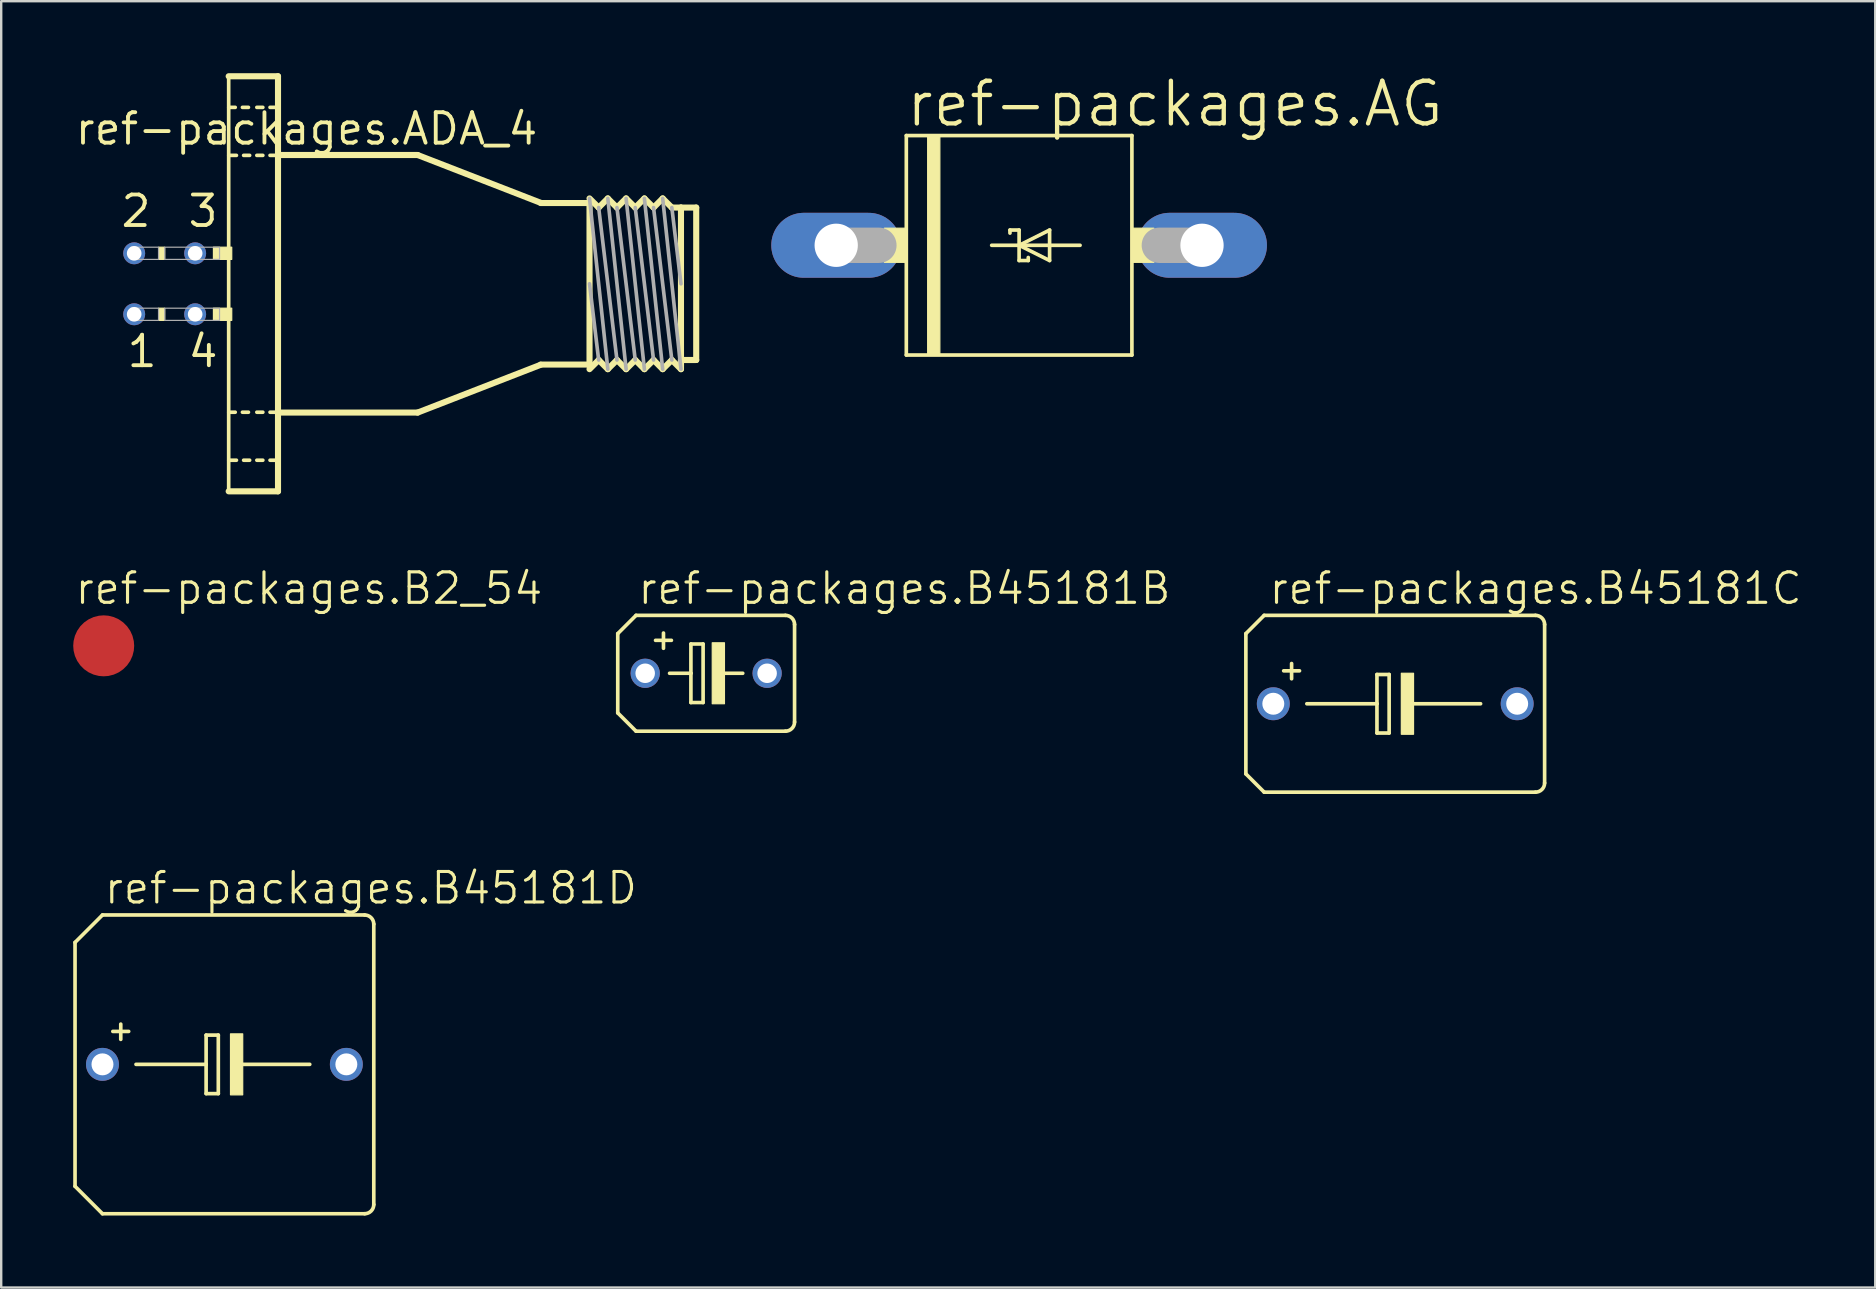
<source format=kicad_pcb>
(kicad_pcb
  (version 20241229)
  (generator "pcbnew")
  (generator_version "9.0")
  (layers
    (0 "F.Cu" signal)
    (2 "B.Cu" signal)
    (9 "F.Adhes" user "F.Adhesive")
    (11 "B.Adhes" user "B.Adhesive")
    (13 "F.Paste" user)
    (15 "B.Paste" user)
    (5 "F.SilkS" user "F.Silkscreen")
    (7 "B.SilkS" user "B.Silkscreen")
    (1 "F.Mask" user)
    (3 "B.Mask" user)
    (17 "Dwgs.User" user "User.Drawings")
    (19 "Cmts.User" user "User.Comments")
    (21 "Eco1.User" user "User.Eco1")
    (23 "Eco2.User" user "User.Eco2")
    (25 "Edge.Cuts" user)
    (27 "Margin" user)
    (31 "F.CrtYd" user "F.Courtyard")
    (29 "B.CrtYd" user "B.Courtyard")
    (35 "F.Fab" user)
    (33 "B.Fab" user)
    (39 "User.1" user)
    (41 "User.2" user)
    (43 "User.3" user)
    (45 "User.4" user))
  (footprint "ref-packages.B45181B"
    (layer "F.Cu")
    (at 26.369 24.999)
    (property "Reference" "ref-packages.B45181B" (at -2.921 -2.794 0) (layer "F.SilkS") (effects (font (size 1.27 1.27) (thickness 0.13)) (justify left bottom)))
    (attr through_hole)
    (fp_line (start -3.683 -1.651) (end -3.683 1.651) (stroke (width 0.152) (type default)) (layer "F.SilkS"))
    (fp_line (start -3.683 -1.651) (end -2.921 -2.413) (stroke (width 0.152) (type default)) (layer "F.SilkS"))
    (fp_line (start -2.921 2.413) (end -3.683 1.651) (stroke (width 0.152) (type default)) (layer "F.SilkS"))
    (fp_line (start -2.921 2.413) (end 3.302 2.413) (stroke (width 0.152) (type default)) (layer "F.SilkS"))
    (fp_line (start -1.778 -1.676) (end -1.778 -1.041) (stroke (width 0.152) (type default)) (layer "F.SilkS"))
    (fp_line (start -1.524 0) (end -0.635 0) (stroke (width 0.152) (type default)) (layer "F.SilkS"))
    (fp_line (start -1.448 -1.372) (end -2.108 -1.372) (stroke (width 0.152) (type default)) (layer "F.SilkS"))
    (fp_line (start -0.635 -1.219) (end -0.635 0) (stroke (width 0.152) (type default)) (layer "F.SilkS"))
    (fp_line (start -0.635 0) (end -0.635 1.219) (stroke (width 0.152) (type default)) (layer "F.SilkS"))
    (fp_line (start -0.635 1.219) (end -0.127 1.219) (stroke (width 0.152) (type default)) (layer "F.SilkS"))
    (fp_line (start -0.127 -1.219) (end -0.635 -1.219) (stroke (width 0.152) (type default)) (layer "F.SilkS"))
    (fp_line (start -0.127 1.219) (end -0.127 -1.219) (stroke (width 0.152) (type default)) (layer "F.SilkS"))
    (fp_line (start 0.635 0) (end 1.524 0) (stroke (width 0.152) (type default)) (layer "F.SilkS"))
    (fp_line (start 3.302 -2.413) (end -2.921 -2.413) (stroke (width 0.152) (type default)) (layer "F.SilkS"))
    (fp_line (start 3.683 -2.032) (end 3.683 2.032) (stroke (width 0.152) (type default)) (layer "F.SilkS"))
    (fp_rect (start 0.254 1.27) (end 0.762 -1.27) (stroke (width 0.05) (type default)) (fill yes) (layer "F.SilkS"))
    (fp_arc (start 3.302 -2.413) (mid 3.571408 -2.301408) (end 3.683 -2.032) (stroke (width 0.1524) (type default)) (layer "F.SilkS"))
    (fp_arc (start 3.683 2.032) (mid 3.571408 2.301408) (end 3.302 2.413) (stroke (width 0.1524) (type default)) (layer "F.SilkS"))
    (pad "+" thru_hole circle (at -2.54 0) (size 1.219 1.219) (drill 0.813) (layers "*.Cu" "*.Mask"))
    (pad "-" thru_hole circle (at 2.54 0) (size 1.219 1.219) (drill 0.813) (layers "*.Cu" "*.Mask")))
  (footprint "ref-packages.B45181D"
    (layer "F.Cu")
    (at 6.299 41.292)
    (property "Reference" "ref-packages.B45181D" (at -5.08 -6.604 0) (layer "F.SilkS") (effects (font (size 1.27 1.27) (thickness 0.13)) (justify left bottom)))
    (attr through_hole)
    (fp_line (start -6.223 -5.08) (end -6.223 5.08) (stroke (width 0.152) (type default)) (layer "F.SilkS"))
    (fp_line (start -6.223 -5.08) (end -5.08 -6.223) (stroke (width 0.152) (type default)) (layer "F.SilkS"))
    (fp_line (start -5.08 6.223) (end -6.223 5.08) (stroke (width 0.152) (type default)) (layer "F.SilkS"))
    (fp_line (start -5.08 6.223) (end 5.842 6.223) (stroke (width 0.152) (type default)) (layer "F.SilkS"))
    (fp_line (start -4.318 -1.676) (end -4.318 -1.041) (stroke (width 0.152) (type default)) (layer "F.SilkS"))
    (fp_line (start -3.988 -1.372) (end -4.648 -1.372) (stroke (width 0.152) (type default)) (layer "F.SilkS"))
    (fp_line (start -3.683 0) (end -0.762 0) (stroke (width 0.152) (type default)) (layer "F.SilkS"))
    (fp_line (start -0.762 -1.219) (end -0.762 0) (stroke (width 0.152) (type default)) (layer "F.SilkS"))
    (fp_line (start -0.762 0) (end -0.762 1.219) (stroke (width 0.152) (type default)) (layer "F.SilkS"))
    (fp_line (start -0.762 1.219) (end -0.254 1.219) (stroke (width 0.152) (type default)) (layer "F.SilkS"))
    (fp_line (start -0.254 -1.219) (end -0.762 -1.219) (stroke (width 0.152) (type default)) (layer "F.SilkS"))
    (fp_line (start -0.254 1.219) (end -0.254 -1.219) (stroke (width 0.152) (type default)) (layer "F.SilkS"))
    (fp_line (start 0.635 0) (end 3.556 0) (stroke (width 0.152) (type default)) (layer "F.SilkS"))
    (fp_line (start 5.842 -6.223) (end -5.08 -6.223) (stroke (width 0.152) (type default)) (layer "F.SilkS"))
    (fp_line (start 6.223 -5.842) (end 6.223 5.842) (stroke (width 0.152) (type default)) (layer "F.SilkS"))
    (fp_rect (start 0.254 1.27) (end 0.762 -1.27) (stroke (width 0.05) (type default)) (fill yes) (layer "F.SilkS"))
    (fp_arc (start 5.842 -6.223) (mid 6.111408 -6.111408) (end 6.223 -5.842) (stroke (width 0.1524) (type default)) (layer "F.SilkS"))
    (fp_arc (start 6.223 5.842) (mid 6.111408 6.111408) (end 5.842 6.223) (stroke (width 0.1524) (type default)) (layer "F.SilkS"))
    (pad "+" thru_hole circle (at -5.08 0) (size 1.372 1.372) (drill 0.914) (layers "*.Cu" "*.Mask"))
    (pad "-" thru_hole circle (at 5.08 0) (size 1.372 1.372) (drill 0.914) (layers "*.Cu" "*.Mask")))
  (footprint "ref-packages.B45181C"
    (layer "F.Cu")
    (at 55.077 26.269)
    (property "Reference" "ref-packages.B45181C" (at -5.334 -4.064 0) (layer "F.SilkS") (effects (font (size 1.27 1.27) (thickness 0.13)) (justify left bottom)))
    (attr through_hole)
    (fp_line (start -6.223 -2.921) (end -6.223 2.921) (stroke (width 0.152) (type default)) (layer "F.SilkS"))
    (fp_line (start -6.223 -2.921) (end -5.461 -3.683) (stroke (width 0.152) (type default)) (layer "F.SilkS"))
    (fp_line (start -5.461 3.683) (end -6.223 2.921) (stroke (width 0.152) (type default)) (layer "F.SilkS"))
    (fp_line (start -5.461 3.683) (end 5.842 3.683) (stroke (width 0.152) (type default)) (layer "F.SilkS"))
    (fp_line (start -4.318 -1.676) (end -4.318 -1.041) (stroke (width 0.152) (type default)) (layer "F.SilkS"))
    (fp_line (start -3.988 -1.372) (end -4.648 -1.372) (stroke (width 0.152) (type default)) (layer "F.SilkS"))
    (fp_line (start -3.683 0) (end -0.762 0) (stroke (width 0.152) (type default)) (layer "F.SilkS"))
    (fp_line (start -0.762 -1.219) (end -0.762 0) (stroke (width 0.152) (type default)) (layer "F.SilkS"))
    (fp_line (start -0.762 0) (end -0.762 1.219) (stroke (width 0.152) (type default)) (layer "F.SilkS"))
    (fp_line (start -0.762 1.219) (end -0.254 1.219) (stroke (width 0.152) (type default)) (layer "F.SilkS"))
    (fp_line (start -0.254 -1.219) (end -0.762 -1.219) (stroke (width 0.152) (type default)) (layer "F.SilkS"))
    (fp_line (start -0.254 1.219) (end -0.254 -1.219) (stroke (width 0.152) (type default)) (layer "F.SilkS"))
    (fp_line (start 0.635 0) (end 3.556 0) (stroke (width 0.152) (type default)) (layer "F.SilkS"))
    (fp_line (start 5.842 -3.683) (end -5.461 -3.683) (stroke (width 0.152) (type default)) (layer "F.SilkS"))
    (fp_line (start 6.223 -3.302) (end 6.223 3.302) (stroke (width 0.152) (type default)) (layer "F.SilkS"))
    (fp_rect (start 0.254 1.27) (end 0.762 -1.27) (stroke (width 0.05) (type default)) (fill yes) (layer "F.SilkS"))
    (fp_arc (start 5.842 -3.683) (mid 6.111408 -3.571408) (end 6.223 -3.302) (stroke (width 0.1524) (type default)) (layer "F.SilkS"))
    (fp_arc (start 6.223 3.302) (mid 6.111408 3.571408) (end 5.842 3.683) (stroke (width 0.1524) (type default)) (layer "F.SilkS"))
    (pad "+" thru_hole circle (at -5.08 0) (size 1.372 1.372) (drill 0.914) (layers "*.Cu" "*.Mask"))
    (pad "-" thru_hole circle (at 5.08 0) (size 1.372 1.372) (drill 0.914) (layers "*.Cu" "*.Mask")))
  (footprint "ref-packages.ADA_4"
    (layer "F.Cu")
    (at 6.35 8.773)
    (property "Reference" "ref-packages.ADA_4" (at -6.35 -5.715 0) (layer "F.SilkS") (effects (font (size 1.27 1.27) (thickness 0.16)) (justify left bottom)))
    (attr through_hole)
    (fp_line (start 0.127 -8.646) (end 2.182 -8.646) (stroke (width 0.254) (type default)) (layer "F.SilkS"))
    (fp_line (start 0.127 8.646) (end 0.127 -8.646) (stroke (width 0.152) (type default)) (layer "F.SilkS"))
    (fp_line (start 0.13 -7.35) (end 0.4 -7.35) (stroke (width 0.152) (type default)) (layer "F.SilkS"))
    (fp_line (start 0.13 -5.35) (end 0.45 -5.35) (stroke (width 0.152) (type default)) (layer "F.SilkS"))
    (fp_line (start 0.13 5.35) (end 0.4 5.35) (stroke (width 0.152) (type default)) (layer "F.SilkS"))
    (fp_line (start 0.13 7.35) (end 0.45 7.35) (stroke (width 0.152) (type default)) (layer "F.SilkS"))
    (fp_line (start 0.7 -7.35) (end 0.95 -7.35) (stroke (width 0.152) (type default)) (layer "F.SilkS"))
    (fp_line (start 0.7 5.35) (end 0.95 5.35) (stroke (width 0.152) (type default)) (layer "F.SilkS"))
    (fp_line (start 0.75 -5.35) (end 1 -5.35) (stroke (width 0.152) (type default)) (layer "F.SilkS"))
    (fp_line (start 0.75 7.35) (end 1 7.35) (stroke (width 0.152) (type default)) (layer "F.SilkS"))
    (fp_line (start 1.3 -7.35) (end 1.55 -7.35) (stroke (width 0.152) (type default)) (layer "F.SilkS"))
    (fp_line (start 1.3 -5.35) (end 1.55 -5.35) (stroke (width 0.152) (type default)) (layer "F.SilkS"))
    (fp_line (start 1.3 5.35) (end 1.55 5.35) (stroke (width 0.152) (type default)) (layer "F.SilkS"))
    (fp_line (start 1.3 7.35) (end 1.55 7.35) (stroke (width 0.152) (type default)) (layer "F.SilkS"))
    (fp_line (start 1.85 -7.35) (end 2.11 -7.35) (stroke (width 0.152) (type default)) (layer "F.SilkS"))
    (fp_line (start 1.85 -5.35) (end 2.11 -5.35) (stroke (width 0.152) (type default)) (layer "F.SilkS"))
    (fp_line (start 1.85 5.35) (end 2.11 5.35) (stroke (width 0.152) (type default)) (layer "F.SilkS"))
    (fp_line (start 1.85 7.35) (end 2.11 7.35) (stroke (width 0.152) (type default)) (layer "F.SilkS"))
    (fp_line (start 2.182 -8.646) (end 2.182 8.646) (stroke (width 0.254) (type default)) (layer "F.SilkS"))
    (fp_line (start 2.182 8.646) (end 0.127 8.646) (stroke (width 0.254) (type default)) (layer "F.SilkS"))
    (fp_line (start 2.229 -5.365) (end 8 -5.365) (stroke (width 0.254) (type default)) (layer "F.SilkS"))
    (fp_line (start 2.329 5.365) (end 8 5.365) (stroke (width 0.254) (type default)) (layer "F.SilkS"))
    (fp_line (start 8 -5.365) (end 13.127 -3.373) (stroke (width 0.254) (type default)) (layer "F.SilkS"))
    (fp_line (start 8 5.365) (end 13.127 3.373) (stroke (width 0.254) (type default)) (layer "F.SilkS"))
    (fp_line (start 13.127 -3.365) (end 15.16 -3.365) (stroke (width 0.254) (type default)) (layer "F.SilkS"))
    (fp_line (start 15.16 -3.556) (end 15.541 -3.175) (stroke (width 0.254) (type default)) (layer "F.SilkS"))
    (fp_line (start 15.16 -3.365) (end 15.16 -3.429) (stroke (width 0.254) (type default)) (layer "F.SilkS"))
    (fp_line (start 15.16 3.365) (end 13.127 3.365) (stroke (width 0.254) (type default)) (layer "F.SilkS"))
    (fp_line (start 15.16 3.365) (end 15.16 -3.365) (stroke (width 0.254) (type default)) (layer "F.SilkS"))
    (fp_line (start 15.16 3.429) (end 15.16 3.365) (stroke (width 0.254) (type default)) (layer "F.SilkS"))
    (fp_line (start 15.541 -3.175) (end 15.922 -3.556) (stroke (width 0.254) (type default)) (layer "F.SilkS"))
    (fp_line (start 15.541 3.175) (end 15.16 3.556) (stroke (width 0.254) (type default)) (layer "F.SilkS"))
    (fp_line (start 15.922 -3.556) (end 16.303 -3.175) (stroke (width 0.254) (type default)) (layer "F.SilkS"))
    (fp_line (start 15.922 3.556) (end 15.541 3.175) (stroke (width 0.254) (type default)) (layer "F.SilkS"))
    (fp_line (start 15.922 3.556) (end 16.303 3.175) (stroke (width 0.254) (type default)) (layer "F.SilkS"))
    (fp_line (start 16.303 -3.175) (end 16.684 -3.556) (stroke (width 0.254) (type default)) (layer "F.SilkS"))
    (fp_line (start 16.303 3.175) (end 16.684 3.556) (stroke (width 0.254) (type default)) (layer "F.SilkS"))
    (fp_line (start 16.684 -3.556) (end 17.065 -3.175) (stroke (width 0.254) (type default)) (layer "F.SilkS"))
    (fp_line (start 17.065 -3.175) (end 17.446 -3.556) (stroke (width 0.254) (type default)) (layer "F.SilkS"))
    (fp_line (start 17.065 3.175) (end 16.684 3.556) (stroke (width 0.254) (type default)) (layer "F.SilkS"))
    (fp_line (start 17.446 -3.556) (end 17.827 -3.175) (stroke (width 0.254) (type default)) (layer "F.SilkS"))
    (fp_line (start 17.446 3.556) (end 17.065 3.175) (stroke (width 0.254) (type default)) (layer "F.SilkS"))
    (fp_line (start 17.827 -3.175) (end 18.208 -3.556) (stroke (width 0.254) (type default)) (layer "F.SilkS"))
    (fp_line (start 17.827 3.175) (end 17.446 3.556) (stroke (width 0.254) (type default)) (layer "F.SilkS"))
    (fp_line (start 18.208 -3.556) (end 18.589 -3.175) (stroke (width 0.254) (type default)) (layer "F.SilkS"))
    (fp_line (start 18.208 3.556) (end 17.827 3.175) (stroke (width 0.254) (type default)) (layer "F.SilkS"))
    (fp_line (start 18.589 -3.175) (end 18.97 -3.175) (stroke (width 0.254) (type default)) (layer "F.SilkS"))
    (fp_line (start 18.589 3.175) (end 18.208 3.556) (stroke (width 0.254) (type default)) (layer "F.SilkS"))
    (fp_line (start 18.97 -3.175) (end 19.605 -3.175) (stroke (width 0.254) (type default)) (layer "F.SilkS"))
    (fp_line (start 18.97 3.175) (end 18.97 -3.175) (stroke (width 0.254) (type default)) (layer "F.SilkS"))
    (fp_line (start 18.97 3.175) (end 18.97 3.556) (stroke (width 0.254) (type default)) (layer "F.SilkS"))
    (fp_line (start 18.97 3.429) (end 18.97 3.175) (stroke (width 0.254) (type default)) (layer "F.SilkS"))
    (fp_line (start 18.97 3.556) (end 18.589 3.175) (stroke (width 0.254) (type default)) (layer "F.SilkS"))
    (fp_line (start 19.605 -3.175) (end 19.605 3.175) (stroke (width 0.254) (type default)) (layer "F.SilkS"))
    (fp_line (start 19.605 3.175) (end 18.97 3.175) (stroke (width 0.254) (type default)) (layer "F.SilkS"))
    (fp_rect (start -2.794 -1.016) (end -2.54 -1.524) (stroke (width 0.05) (type default)) (fill yes) (layer "F.SilkS"))
    (fp_rect (start -2.794 1.524) (end -2.54 1.016) (stroke (width 0.05) (type default)) (fill yes) (layer "F.SilkS"))
    (fp_rect (start -0.508 -1.016) (end 0.254 -1.524) (stroke (width 0.05) (type default)) (fill yes) (layer "F.SilkS"))
    (fp_rect (start -0.508 1.524) (end 0.254 1.016) (stroke (width 0.05) (type default)) (fill yes) (layer "F.SilkS"))
    (fp_line (start 15.16 -3.556) (end 15.922 3.556) (stroke (width 0.152) (type default)) (layer "F.Fab"))
    (fp_line (start 15.541 -3.175) (end 16.303 3.175) (stroke (width 0.152) (type default)) (layer "F.Fab"))
    (fp_line (start 15.541 3.175) (end 15.16 0) (stroke (width 0.152) (type default)) (layer "F.Fab"))
    (fp_line (start 15.922 -3.556) (end 16.684 3.556) (stroke (width 0.152) (type default)) (layer "F.Fab"))
    (fp_line (start 16.303 -3.175) (end 17.065 3.175) (stroke (width 0.152) (type default)) (layer "F.Fab"))
    (fp_line (start 16.684 -3.556) (end 17.446 3.556) (stroke (width 0.152) (type default)) (layer "F.Fab"))
    (fp_line (start 17.065 -3.175) (end 17.827 3.175) (stroke (width 0.152) (type default)) (layer "F.Fab"))
    (fp_line (start 17.446 -3.556) (end 18.208 3.556) (stroke (width 0.152) (type default)) (layer "F.Fab"))
    (fp_line (start 17.827 -3.175) (end 18.589 3.175) (stroke (width 0.152) (type default)) (layer "F.Fab"))
    (fp_line (start 18.208 -3.556) (end 18.97 3.556) (stroke (width 0.152) (type default)) (layer "F.Fab"))
    (fp_line (start 18.97 0) (end 18.589 -3.175) (stroke (width 0.152) (type default)) (layer "F.Fab"))
    (fp_rect (start -3.937 -1.016) (end -2.794 -1.524) (stroke (width 0.05) (type default)) (fill no) (layer "F.Fab"))
    (fp_rect (start -3.937 1.524) (end -2.794 1.016) (stroke (width 0.05) (type default)) (fill no) (layer "F.Fab"))
    (fp_rect (start -2.54 -1.016) (end -1.397 -1.524) (stroke (width 0.05) (type default)) (fill no) (layer "F.Fab"))
    (fp_rect (start -2.54 1.524) (end -1.397 1.016) (stroke (width 0.05) (type default)) (fill no) (layer "F.Fab"))
    (fp_rect (start -1.397 -1.016) (end -0.254 -1.524) (stroke (width 0.05) (type default)) (fill no) (layer "F.Fab"))
    (fp_rect (start -1.397 1.524) (end -0.254 1.016) (stroke (width 0.05) (type default)) (fill no) (layer "F.Fab"))
    (fp_text user "4" (at -1.651 3.556 0) (layer "F.SilkS") (effects (font (size 1.27 1.27) (thickness 0.16)) (justify left bottom)))
    (fp_text user "3" (at -1.651 -2.286 0) (layer "F.SilkS") (effects (font (size 1.27 1.27) (thickness 0.16)) (justify left bottom)))
    (fp_text user "1" (at -4.191 3.556 0) (layer "F.SilkS") (effects (font (size 1.27 1.27) (thickness 0.16)) (justify left bottom)))
    (fp_text user "2" (at -4.445 -2.286 0) (layer "F.SilkS") (effects (font (size 1.27 1.27) (thickness 0.16)) (justify left bottom)))
    (pad "1" thru_hole circle (at -3.81 1.27) (size 0.914 0.914) (drill 0.61) (layers "*.Cu" "*.Mask"))
    (pad "2" thru_hole circle (at -3.81 -1.27) (size 0.914 0.914) (drill 0.61) (layers "*.Cu" "*.Mask"))
    (pad "3" thru_hole circle (at -1.27 -1.27) (size 0.914 0.914) (drill 0.61) (layers "*.Cu" "*.Mask"))
    (pad "4" thru_hole circle (at -1.27 1.27) (size 0.914 0.914) (drill 0.61) (layers "*.Cu" "*.Mask")))
  (footprint "ref-packages.B2_54"
    (layer "F.Cu")
    (at 1.27 23.856)
    (property "Reference" "ref-packages.B2_54" (at -1.27 -1.651 0) (layer "F.SilkS") (effects (font (size 1.27 1.27) (thickness 0.13)) (justify left bottom)))
    (attr smd)
    (fp_line (start -0.635 0) (end 0.635 0) (stroke (width 0.002) (type default)) (layer "Eco1.User"))
    (fp_line (start 0 0.635) (end 0 -0.635) (stroke (width 0.002) (type default)) (layer "Eco1.User"))
    (fp_circle (center 0 0) (end 0.635 0) (stroke (width 0.254) (type default)) (fill no) (layer "Eco1.User"))
    (fp_text user ">TP_SIGNAL_NAME" (at -1.27 3.175 0) (layer "Eco1.User") (effects (font (size 1 1) (thickness 0.13)) (justify left bottom)))
    (pad "TP" smd roundrect (at 0 0) (size 2.54 2.54) (layers "F.Cu" "F.Mask" "F.Paste") (roundrect_rratio 0.5)))
  (footprint "ref-packages.AG"
    (layer "F.Cu")
    (at 39.407 7.169)
    (property "Reference" "ref-packages.AG" (at -4.801 -4.851 0) (layer "F.SilkS") (effects (font (size 1.778 1.778) (thickness 0.18)) (justify left bottom)))
    (attr through_hole)
    (fp_line (start -4.699 -4.572) (end 4.699 -4.572) (stroke (width 0.152) (type default)) (layer "F.SilkS"))
    (fp_line (start -4.699 4.572) (end -4.699 -4.572) (stroke (width 0.152) (type default)) (layer "F.SilkS"))
    (fp_line (start -1.143 0) (end 0 0) (stroke (width 0.152) (type default)) (layer "F.SilkS"))
    (fp_line (start -0.381 -0.635) (end 0 -0.635) (stroke (width 0.152) (type default)) (layer "F.SilkS"))
    (fp_line (start -0.381 -0.508) (end -0.381 -0.635) (stroke (width 0.152) (type default)) (layer "F.SilkS"))
    (fp_line (start 0 -0.635) (end 0 0) (stroke (width 0.152) (type default)) (layer "F.SilkS"))
    (fp_line (start 0 0) (end 1.27 -0.635) (stroke (width 0.152) (type default)) (layer "F.SilkS"))
    (fp_line (start 0 0) (end 2.54 0) (stroke (width 0.152) (type default)) (layer "F.SilkS"))
    (fp_line (start 0 0.635) (end 0 0) (stroke (width 0.152) (type default)) (layer "F.SilkS"))
    (fp_line (start 0.381 0.508) (end 0.381 0.635) (stroke (width 0.152) (type default)) (layer "F.SilkS"))
    (fp_line (start 0.381 0.635) (end 0 0.635) (stroke (width 0.152) (type default)) (layer "F.SilkS"))
    (fp_line (start 1.27 -0.635) (end 1.27 0.635) (stroke (width 0.152) (type default)) (layer "F.SilkS"))
    (fp_line (start 1.27 0.635) (end 0 0) (stroke (width 0.152) (type default)) (layer "F.SilkS"))
    (fp_line (start 4.699 -4.572) (end 4.699 4.572) (stroke (width 0.152) (type default)) (layer "F.SilkS"))
    (fp_line (start 4.699 4.572) (end -4.699 4.572) (stroke (width 0.152) (type default)) (layer "F.SilkS"))
    (fp_rect (start -5.613 0.711) (end -4.699 -0.711) (stroke (width 0.05) (type default)) (fill yes) (layer "F.SilkS"))
    (fp_rect (start -3.81 4.572) (end -3.302 -4.572) (stroke (width 0.05) (type default)) (fill yes) (layer "F.SilkS"))
    (fp_rect (start 4.699 0.711) (end 5.613 -0.711) (stroke (width 0.05) (type default)) (fill yes) (layer "F.SilkS"))
    (fp_line (start -7.62 0) (end -5.842 0) (stroke (width 1.473) (type default)) (layer "F.Fab"))
    (fp_line (start 7.62 0) (end 5.842 0) (stroke (width 1.473) (type default)) (layer "F.Fab"))
    (pad "A" thru_hole oval (at 7.62 0) (size 5.41 2.705) (drill 1.803) (layers "*.Cu" "*.Mask"))
    (pad "C" thru_hole oval (at -7.62 0) (size 5.41 2.705) (drill 1.803) (layers "*.Cu" "*.Mask")))
  (gr_rect
    (start -3 -3)
    (end 75.074 50.591)
    (stroke (width 0.1) (type default))
    (fill no)
    (layer "Edge.Cuts")))
</source>
